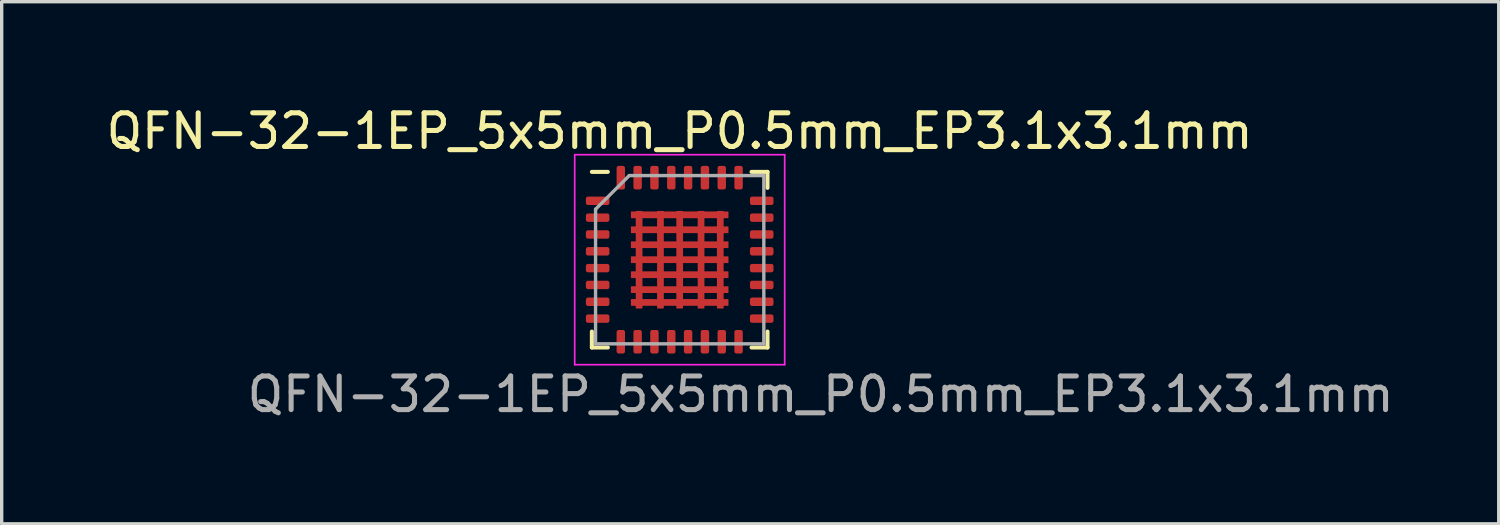
<source format=kicad_pcb>
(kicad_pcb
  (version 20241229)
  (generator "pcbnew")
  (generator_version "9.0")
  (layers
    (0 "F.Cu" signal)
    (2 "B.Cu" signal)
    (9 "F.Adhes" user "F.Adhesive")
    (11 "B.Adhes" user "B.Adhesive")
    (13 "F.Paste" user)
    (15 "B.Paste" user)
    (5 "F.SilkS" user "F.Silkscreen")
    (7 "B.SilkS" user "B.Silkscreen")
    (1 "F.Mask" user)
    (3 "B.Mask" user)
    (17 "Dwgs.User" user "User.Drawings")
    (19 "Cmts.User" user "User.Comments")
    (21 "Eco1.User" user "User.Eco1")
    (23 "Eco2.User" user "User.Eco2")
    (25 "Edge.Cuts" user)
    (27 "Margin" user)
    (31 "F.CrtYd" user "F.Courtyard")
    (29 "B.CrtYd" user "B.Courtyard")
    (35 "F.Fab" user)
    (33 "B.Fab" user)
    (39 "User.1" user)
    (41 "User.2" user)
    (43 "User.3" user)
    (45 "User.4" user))
  (footprint "QFN-32-1EP_5x5mm_P0.5mm_EP3.1x3.1mm"
    (layer "F.Cu")
    (at 17.149 4.668)
    (property "Reference" "QFN-32-1EP_5x5mm_P0.5mm_EP3.1x3.1mm" (at 0 -3.82 0) (layer "F.SilkS") (effects (font (size 1 1) (thickness 0.15))))
    (attr smd)
    (fp_line (start -2.61 2.61) (end -2.61 2.135) (stroke (width 0.12) (type solid)) (layer "F.SilkS"))
    (fp_line (start -2.135 -2.61) (end -2.61 -2.61) (stroke (width 0.12) (type solid)) (layer "F.SilkS"))
    (fp_line (start -2.135 2.61) (end -2.61 2.61) (stroke (width 0.12) (type solid)) (layer "F.SilkS"))
    (fp_line (start 2.135 -2.61) (end 2.61 -2.61) (stroke (width 0.12) (type solid)) (layer "F.SilkS"))
    (fp_line (start 2.135 2.61) (end 2.61 2.61) (stroke (width 0.12) (type solid)) (layer "F.SilkS"))
    (fp_line (start 2.61 -2.61) (end 2.61 -2.135) (stroke (width 0.12) (type solid)) (layer "F.SilkS"))
    (fp_line (start 2.61 2.61) (end 2.61 2.135) (stroke (width 0.12) (type solid)) (layer "F.SilkS"))
    (fp_line (start -3.12 -3.12) (end -3.12 3.12) (stroke (width 0.05) (type solid)) (layer "F.CrtYd"))
    (fp_line (start -3.12 3.12) (end 3.12 3.12) (stroke (width 0.05) (type solid)) (layer "F.CrtYd"))
    (fp_line (start 3.12 -3.12) (end -3.12 -3.12) (stroke (width 0.05) (type solid)) (layer "F.CrtYd"))
    (fp_line (start 3.12 3.12) (end 3.12 -3.12) (stroke (width 0.05) (type solid)) (layer "F.CrtYd"))
    (fp_line (start -2.5 -1.5) (end -1.5 -2.5) (stroke (width 0.1) (type solid)) (layer "F.Fab"))
    (fp_line (start -2.5 2.5) (end -2.5 -1.5) (stroke (width 0.1) (type solid)) (layer "F.Fab"))
    (fp_line (start -1.5 -2.5) (end 2.5 -2.5) (stroke (width 0.1) (type solid)) (layer "F.Fab"))
    (fp_line (start 2.5 -2.5) (end 2.5 2.5) (stroke (width 0.1) (type solid)) (layer "F.Fab"))
    (fp_line (start 2.5 2.5) (end -2.5 2.5) (stroke (width 0.1) (type solid)) (layer "F.Fab"))
    (fp_text user "${REFERENCE}" (at 4.191 4 0) (layer "F.Fab") (effects (font (size 1 1) (thickness 0.15))))
    (pad "1" smd roundrect (at -2.438 -1.75) (size 0.7 0.25) (layers "F.Cu" "F.Mask" "F.Paste") (roundrect_rratio 0.25))
    (pad "2" smd roundrect (at -2.438 -1.25) (size 0.7 0.25) (layers "F.Cu" "F.Mask" "F.Paste") (roundrect_rratio 0.25))
    (pad "3" smd roundrect (at -2.438 -0.75) (size 0.7 0.25) (layers "F.Cu" "F.Mask" "F.Paste") (roundrect_rratio 0.25))
    (pad "4" smd roundrect (at -2.438 -0.25) (size 0.7 0.25) (layers "F.Cu" "F.Mask" "F.Paste") (roundrect_rratio 0.25))
    (pad "5" smd roundrect (at -2.438 0.25) (size 0.7 0.25) (layers "F.Cu" "F.Mask" "F.Paste") (roundrect_rratio 0.25))
    (pad "6" smd roundrect (at -2.438 0.75) (size 0.7 0.25) (layers "F.Cu" "F.Mask" "F.Paste") (roundrect_rratio 0.25))
    (pad "7" smd roundrect (at -2.438 1.25) (size 0.7 0.25) (layers "F.Cu" "F.Mask" "F.Paste") (roundrect_rratio 0.25))
    (pad "8" smd roundrect (at -2.438 1.75) (size 0.7 0.25) (layers "F.Cu" "F.Mask" "F.Paste") (roundrect_rratio 0.25))
    (pad "9" smd roundrect (at -1.75 2.438) (size 0.25 0.7) (layers "F.Cu" "F.Mask" "F.Paste") (roundrect_rratio 0.25))
    (pad "10" smd roundrect (at -1.25 2.438) (size 0.25 0.7) (layers "F.Cu" "F.Mask" "F.Paste") (roundrect_rratio 0.25))
    (pad "11" smd roundrect (at -0.75 2.438) (size 0.25 0.7) (layers "F.Cu" "F.Mask" "F.Paste") (roundrect_rratio 0.25))
    (pad "12" smd roundrect (at -0.25 2.438) (size 0.25 0.7) (layers "F.Cu" "F.Mask" "F.Paste") (roundrect_rratio 0.25))
    (pad "13" smd roundrect (at 0.25 2.438) (size 0.25 0.7) (layers "F.Cu" "F.Mask" "F.Paste") (roundrect_rratio 0.25))
    (pad "14" smd roundrect (at 0.75 2.438) (size 0.25 0.7) (layers "F.Cu" "F.Mask" "F.Paste") (roundrect_rratio 0.25))
    (pad "15" smd roundrect (at 1.25 2.438) (size 0.25 0.7) (layers "F.Cu" "F.Mask" "F.Paste") (roundrect_rratio 0.25))
    (pad "16" smd roundrect (at 1.75 2.438) (size 0.25 0.7) (layers "F.Cu" "F.Mask" "F.Paste") (roundrect_rratio 0.25))
    (pad "17" smd roundrect (at 2.438 1.75) (size 0.7 0.25) (layers "F.Cu" "F.Mask" "F.Paste") (roundrect_rratio 0.25))
    (pad "18" smd roundrect (at 2.438 1.25) (size 0.7 0.25) (layers "F.Cu" "F.Mask" "F.Paste") (roundrect_rratio 0.25))
    (pad "19" smd roundrect (at 2.438 0.75) (size 0.7 0.25) (layers "F.Cu" "F.Mask" "F.Paste") (roundrect_rratio 0.25))
    (pad "20" smd roundrect (at 2.438 0.25) (size 0.7 0.25) (layers "F.Cu" "F.Mask" "F.Paste") (roundrect_rratio 0.25))
    (pad "21" smd roundrect (at 2.438 -0.25) (size 0.7 0.25) (layers "F.Cu" "F.Mask" "F.Paste") (roundrect_rratio 0.25))
    (pad "22" smd roundrect (at 2.438 -0.75) (size 0.7 0.25) (layers "F.Cu" "F.Mask" "F.Paste") (roundrect_rratio 0.25))
    (pad "23" smd roundrect (at 2.438 -1.25) (size 0.7 0.25) (layers "F.Cu" "F.Mask" "F.Paste") (roundrect_rratio 0.25))
    (pad "24" smd roundrect (at 2.438 -1.75) (size 0.7 0.25) (layers "F.Cu" "F.Mask" "F.Paste") (roundrect_rratio 0.25))
    (pad "25" smd roundrect (at 1.75 -2.438) (size 0.25 0.7) (layers "F.Cu" "F.Mask" "F.Paste") (roundrect_rratio 0.25))
    (pad "26" smd roundrect (at 1.25 -2.438) (size 0.25 0.7) (layers "F.Cu" "F.Mask" "F.Paste") (roundrect_rratio 0.25))
    (pad "27" smd roundrect (at 0.75 -2.438) (size 0.25 0.7) (layers "F.Cu" "F.Mask" "F.Paste") (roundrect_rratio 0.25))
    (pad "28" smd roundrect (at 0.25 -2.438) (size 0.25 0.7) (layers "F.Cu" "F.Mask" "F.Paste") (roundrect_rratio 0.25))
    (pad "29" smd roundrect (at -0.25 -2.438) (size 0.25 0.7) (layers "F.Cu" "F.Mask" "F.Paste") (roundrect_rratio 0.25))
    (pad "30" smd roundrect (at -0.75 -2.438) (size 0.25 0.7) (layers "F.Cu" "F.Mask" "F.Paste") (roundrect_rratio 0.25))
    (pad "31" smd roundrect (at -1.25 -2.438) (size 0.25 0.7) (layers "F.Cu" "F.Mask" "F.Paste") (roundrect_rratio 0.25))
    (pad "32" smd roundrect (at -1.75 -2.438) (size 0.25 0.7) (layers "F.Cu" "F.Mask" "F.Paste") (roundrect_rratio 0.25))
    (pad "EXP" smd roundrect (at -1.206 0) (size 0.2 2.9) (layers "F.Cu" "F.Mask") (roundrect_rratio 0.081))
    (pad "EXP" smd roundrect (at -0.572 0) (size 0.2 2.9) (layers "F.Cu" "F.Mask") (roundrect_rratio 0.081))
    (pad "EXP" smd roundrect (at 0 -1.333 90) (size 0.2 2.9) (layers "F.Cu" "F.Mask") (roundrect_rratio 0.081))
    (pad "EXP" smd roundrect (at 0 -0.889 90) (size 0.2 2.9) (layers "F.Cu" "F.Mask") (roundrect_rratio 0.081))
    (pad "EXP" smd roundrect (at 0 -0.445 270) (size 0.2 2.9) (layers "F.Cu" "F.Mask") (roundrect_rratio 0.081))
    (pad "EXP" smd roundrect (at 0 0) (size 0.2 0.2) (layers "F.Cu" "F.Mask") (roundrect_rratio 0.081))
    (pad "EXP" smd roundrect (at 0 0 90) (size 0.2 2.9) (layers "F.Cu" "F.Mask") (roundrect_rratio 0.081))
    (pad "EXP" smd roundrect (at 0 0) (size 0.2 2.9) (layers "F.Cu" "F.Mask") (roundrect_rratio 0.081))
    (pad "EXP" smd roundrect (at 0 0.445 270) (size 0.2 2.9) (layers "F.Cu" "F.Mask") (roundrect_rratio 0.081))
    (pad "EXP" smd roundrect (at 0 0.889 90) (size 0.2 2.9) (layers "F.Cu" "F.Mask") (roundrect_rratio 0.081))
    (pad "EXP" smd roundrect (at 0 1.27 90) (size 0.2 2.9) (layers "F.Cu" "F.Mask") (roundrect_rratio 0.081))
    (pad "EXP" smd roundrect (at 0.635 0) (size 0.2 2.9) (layers "F.Cu" "F.Mask") (roundrect_rratio 0.081))
    (pad "EXP" smd roundrect (at 1.206 0) (size 0.2 2.9) (layers "F.Cu" "F.Mask") (roundrect_rratio 0.081)))
  (gr_rect
    (start -3 -3)
    (end 41.489 12.517)
    (stroke (width 0.1) (type default))
    (fill no)
    (layer "Edge.Cuts")))
</source>
